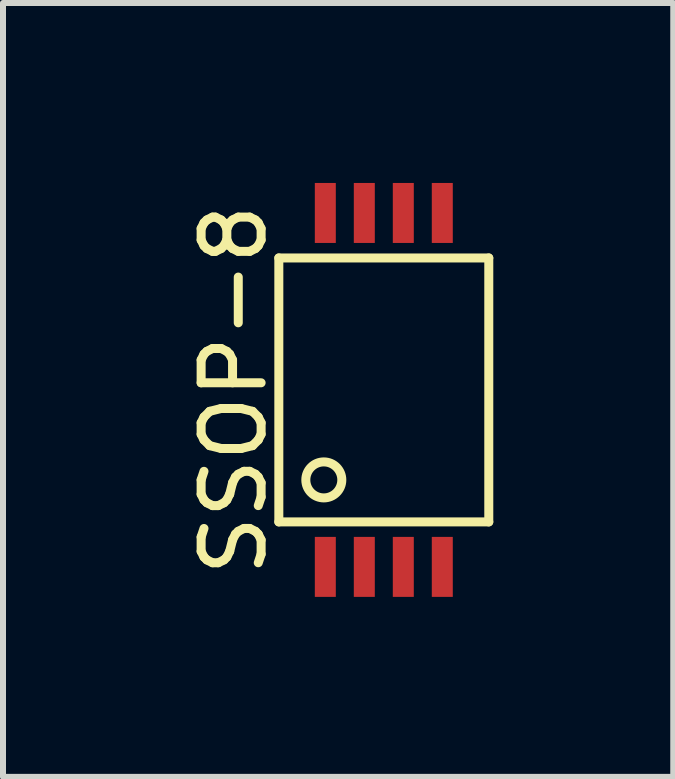
<source format=kicad_pcb>
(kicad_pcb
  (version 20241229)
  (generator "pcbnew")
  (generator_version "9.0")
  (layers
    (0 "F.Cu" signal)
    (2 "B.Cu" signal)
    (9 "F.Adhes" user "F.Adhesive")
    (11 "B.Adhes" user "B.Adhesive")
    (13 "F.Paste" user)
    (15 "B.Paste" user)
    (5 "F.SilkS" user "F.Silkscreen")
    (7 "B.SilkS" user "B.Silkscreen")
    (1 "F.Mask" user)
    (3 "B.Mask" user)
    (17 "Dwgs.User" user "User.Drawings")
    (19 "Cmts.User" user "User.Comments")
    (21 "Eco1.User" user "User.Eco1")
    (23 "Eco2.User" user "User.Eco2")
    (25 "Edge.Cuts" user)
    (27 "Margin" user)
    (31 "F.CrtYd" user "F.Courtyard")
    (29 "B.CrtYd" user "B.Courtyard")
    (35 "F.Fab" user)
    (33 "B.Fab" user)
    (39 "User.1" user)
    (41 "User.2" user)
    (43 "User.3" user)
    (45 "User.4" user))
  (footprint "SSOP-8"
    (layer "F.Cu")
    (at 3.348 3.45)
    (property "Reference" "SSOP-8" (at -2.5 0 90) (layer "F.SilkS") (effects (font (size 1 1) (thickness 0.15))))
    (attr through_hole)
    (fp_line (start -1.75 -2.2) (end -1.75 2.2) (stroke (width 0.15) (type solid)) (layer "F.SilkS"))
    (fp_line (start -1.75 2.2) (end 1.75 2.2) (stroke (width 0.15) (type solid)) (layer "F.SilkS"))
    (fp_line (start 1.75 -2.2) (end -1.75 -2.2) (stroke (width 0.15) (type solid)) (layer "F.SilkS"))
    (fp_line (start 1.75 2.2) (end 1.75 -2.2) (stroke (width 0.15) (type solid)) (layer "F.SilkS"))
    (fp_circle (center -1 1.5) (end -0.7 1.5) (stroke (width 0.15) (type solid)) (fill no) (layer "F.SilkS"))
    (pad "1" smd rect (at -0.975 2.95) (size 0.35 1) (layers "F.Cu" "F.Mask" "F.Paste"))
    (pad "2" smd rect (at -0.325 2.95) (size 0.35 1) (layers "F.Cu" "F.Mask" "F.Paste"))
    (pad "3" smd rect (at 0.325 2.95) (size 0.35 1) (layers "F.Cu" "F.Mask" "F.Paste"))
    (pad "4" smd rect (at 0.975 2.95) (size 0.35 1) (layers "F.Cu" "F.Mask" "F.Paste"))
    (pad "5" smd rect (at 0.975 -2.95) (size 0.35 1) (layers "F.Cu" "F.Mask" "F.Paste"))
    (pad "6" smd rect (at 0.325 -2.95) (size 0.35 1) (layers "F.Cu" "F.Mask" "F.Paste"))
    (pad "7" smd rect (at -0.325 -2.95) (size 0.35 1) (layers "F.Cu" "F.Mask" "F.Paste"))
    (pad "8" smd rect (at -0.975 -2.95) (size 0.35 1) (layers "F.Cu" "F.Mask" "F.Paste")))
  (gr_rect
    (start -3 -3)
    (end 8.173 9.9)
    (stroke (width 0.1) (type default))
    (fill no)
    (layer "Edge.Cuts")))
</source>
